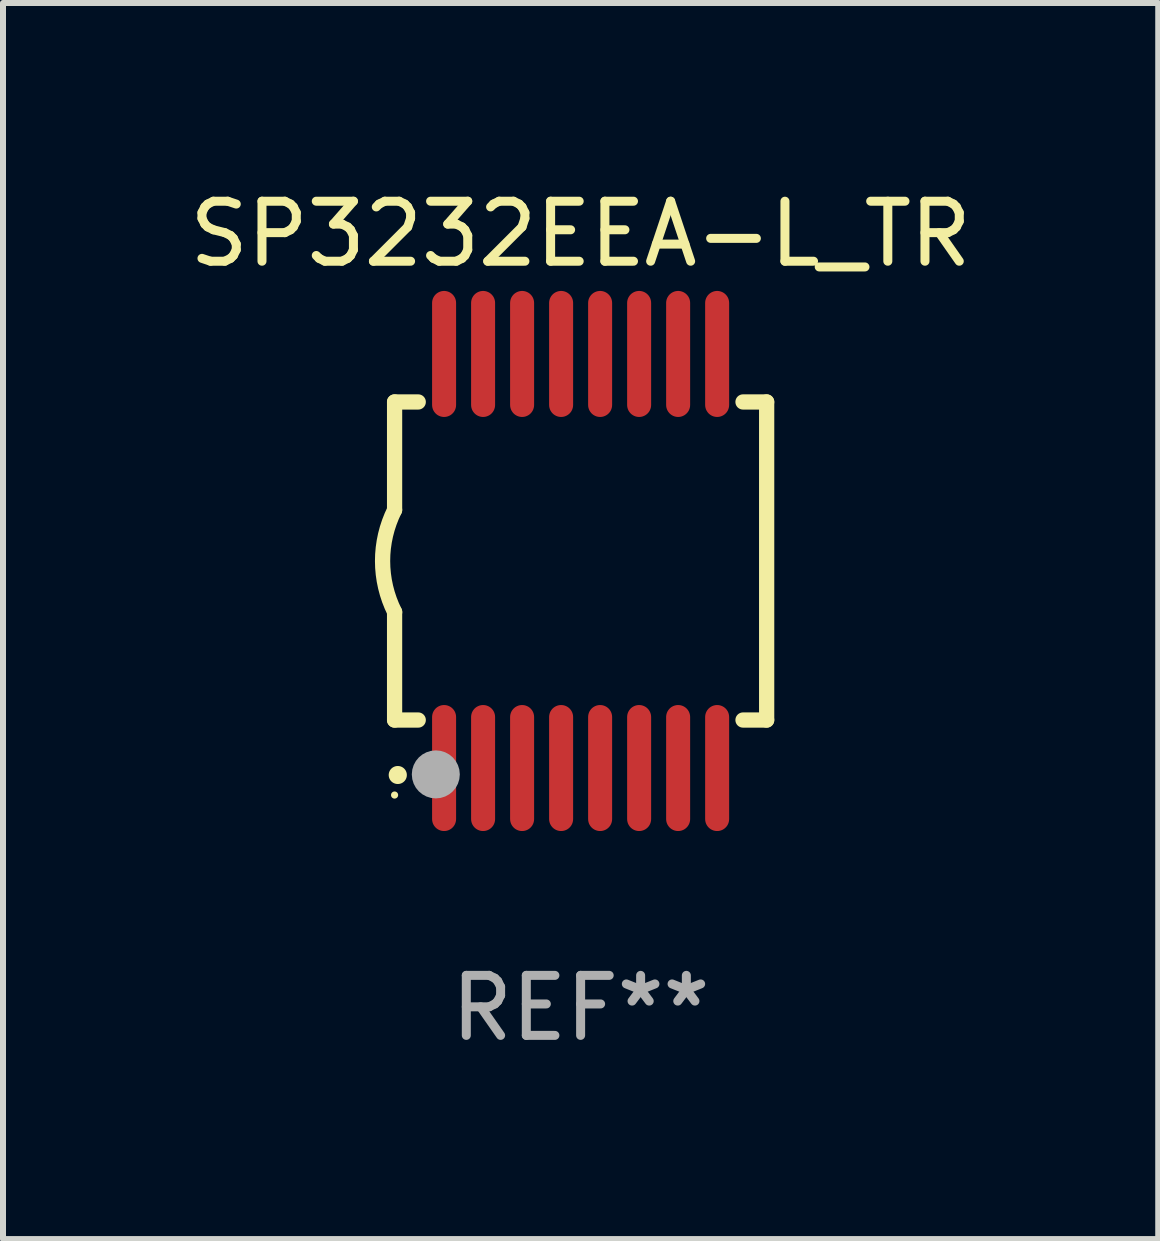
<source format=kicad_pcb>
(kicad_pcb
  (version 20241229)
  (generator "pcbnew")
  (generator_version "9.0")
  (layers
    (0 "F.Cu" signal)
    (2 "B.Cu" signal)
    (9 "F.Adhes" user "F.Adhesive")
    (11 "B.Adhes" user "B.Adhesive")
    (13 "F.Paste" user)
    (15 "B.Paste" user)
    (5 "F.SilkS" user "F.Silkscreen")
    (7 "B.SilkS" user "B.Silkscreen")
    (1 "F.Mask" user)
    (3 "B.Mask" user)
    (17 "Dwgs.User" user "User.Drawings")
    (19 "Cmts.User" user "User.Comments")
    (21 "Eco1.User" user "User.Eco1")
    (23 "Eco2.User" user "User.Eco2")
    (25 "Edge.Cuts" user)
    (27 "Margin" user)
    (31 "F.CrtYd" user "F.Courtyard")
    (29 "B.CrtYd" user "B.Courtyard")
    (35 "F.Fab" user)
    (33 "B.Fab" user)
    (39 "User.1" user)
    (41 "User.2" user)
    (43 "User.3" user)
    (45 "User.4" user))
  (footprint "SP3232EEA-L_TR"
    (layer "F.Cu")
    (at 6.625 6.298)
    (property "Reference" "SP3232EEA-L_TR" (at 0 -5.45 0) (layer "F.SilkS") (effects (font (size 1 1) (thickness 0.15))))
    (attr through_hole)
    (fp_line (start -3.1 -2.65) (end -3.1 -0.85) (stroke (width 0.254) (type solid)) (layer "F.SilkS"))
    (fp_line (start -3.1 -2.65) (end -2.706 -2.65) (stroke (width 0.254) (type solid)) (layer "F.SilkS"))
    (fp_line (start -3.1 2.65) (end -3.1 0.85) (stroke (width 0.254) (type solid)) (layer "F.SilkS"))
    (fp_line (start -3.1 2.65) (end -2.706 2.65) (stroke (width 0.254) (type solid)) (layer "F.SilkS"))
    (fp_line (start 2.706 -2.65) (end 3.1 -2.65) (stroke (width 0.254) (type solid)) (layer "F.SilkS"))
    (fp_line (start 2.706 2.65) (end 3.1 2.65) (stroke (width 0.254) (type solid)) (layer "F.SilkS"))
    (fp_line (start 3.1 -2.65) (end 3.1 2.65) (stroke (width 0.254) (type solid)) (layer "F.SilkS"))
    (fp_arc (start -3.098907 0.850902) (mid -3.300057 0.000523) (end -3.1 -0.850114) (stroke (width 0.254001) (type solid)) (layer "F.SilkS"))
    (fp_arc (start -3.048006 3.566066) (mid -3.046736 3.566061) (end -3.045466 3.566066) (stroke (width 0.3) (type solid)) (layer "F.SilkS"))
    (fp_circle (center -3.1 3.9) (end -3.07 3.9) (stroke (width 0.06) (type solid)) (fill no) (layer "F.SilkS"))
    (fp_circle (center -2.413 3.556) (end -2.213 3.556) (stroke (width 0.4) (type solid)) (fill no) (layer "F.Fab"))
    (fp_text user "REF**" (at 0 7.45 0) (layer "F.Fab") (effects (font (size 1 1) (thickness 0.15))))
    (pad "1" smd oval (at -2.275 3.45 180) (size 0.4 2.1) (layers "F.Cu" "F.Mask" "F.Paste"))
    (pad "2" smd oval (at -1.625 3.45 180) (size 0.4 2.1) (layers "F.Cu" "F.Mask" "F.Paste"))
    (pad "3" smd oval (at -0.975 3.45 180) (size 0.4 2.1) (layers "F.Cu" "F.Mask" "F.Paste"))
    (pad "4" smd oval (at -0.325 3.45 180) (size 0.4 2.1) (layers "F.Cu" "F.Mask" "F.Paste"))
    (pad "5" smd oval (at 0.325 3.45 180) (size 0.4 2.1) (layers "F.Cu" "F.Mask" "F.Paste"))
    (pad "6" smd oval (at 0.975 3.45 180) (size 0.4 2.1) (layers "F.Cu" "F.Mask" "F.Paste"))
    (pad "7" smd oval (at 1.625 3.45 180) (size 0.4 2.1) (layers "F.Cu" "F.Mask" "F.Paste"))
    (pad "8" smd oval (at 2.275 3.45 180) (size 0.4 2.1) (layers "F.Cu" "F.Mask" "F.Paste"))
    (pad "9" smd oval (at 2.275 -3.45 180) (size 0.4 2.1) (layers "F.Cu" "F.Mask" "F.Paste"))
    (pad "10" smd oval (at 1.625 -3.45 180) (size 0.4 2.1) (layers "F.Cu" "F.Mask" "F.Paste"))
    (pad "11" smd oval (at 0.975 -3.45 180) (size 0.4 2.1) (layers "F.Cu" "F.Mask" "F.Paste"))
    (pad "12" smd oval (at 0.325 -3.45 180) (size 0.4 2.1) (layers "F.Cu" "F.Mask" "F.Paste"))
    (pad "13" smd oval (at -0.325 -3.45 180) (size 0.4 2.1) (layers "F.Cu" "F.Mask" "F.Paste"))
    (pad "14" smd oval (at -0.975 -3.45 180) (size 0.4 2.1) (layers "F.Cu" "F.Mask" "F.Paste"))
    (pad "15" smd oval (at -1.625 -3.45 180) (size 0.4 2.1) (layers "F.Cu" "F.Mask" "F.Paste"))
    (pad "16" smd oval (at -2.275 -3.45 180) (size 0.4 2.1) (layers "F.Cu" "F.Mask" "F.Paste")))
  (gr_rect
    (start -3 -3)
    (end 16.25 17.597)
    (stroke (width 0.1) (type default))
    (fill no)
    (layer "Edge.Cuts")))
</source>
